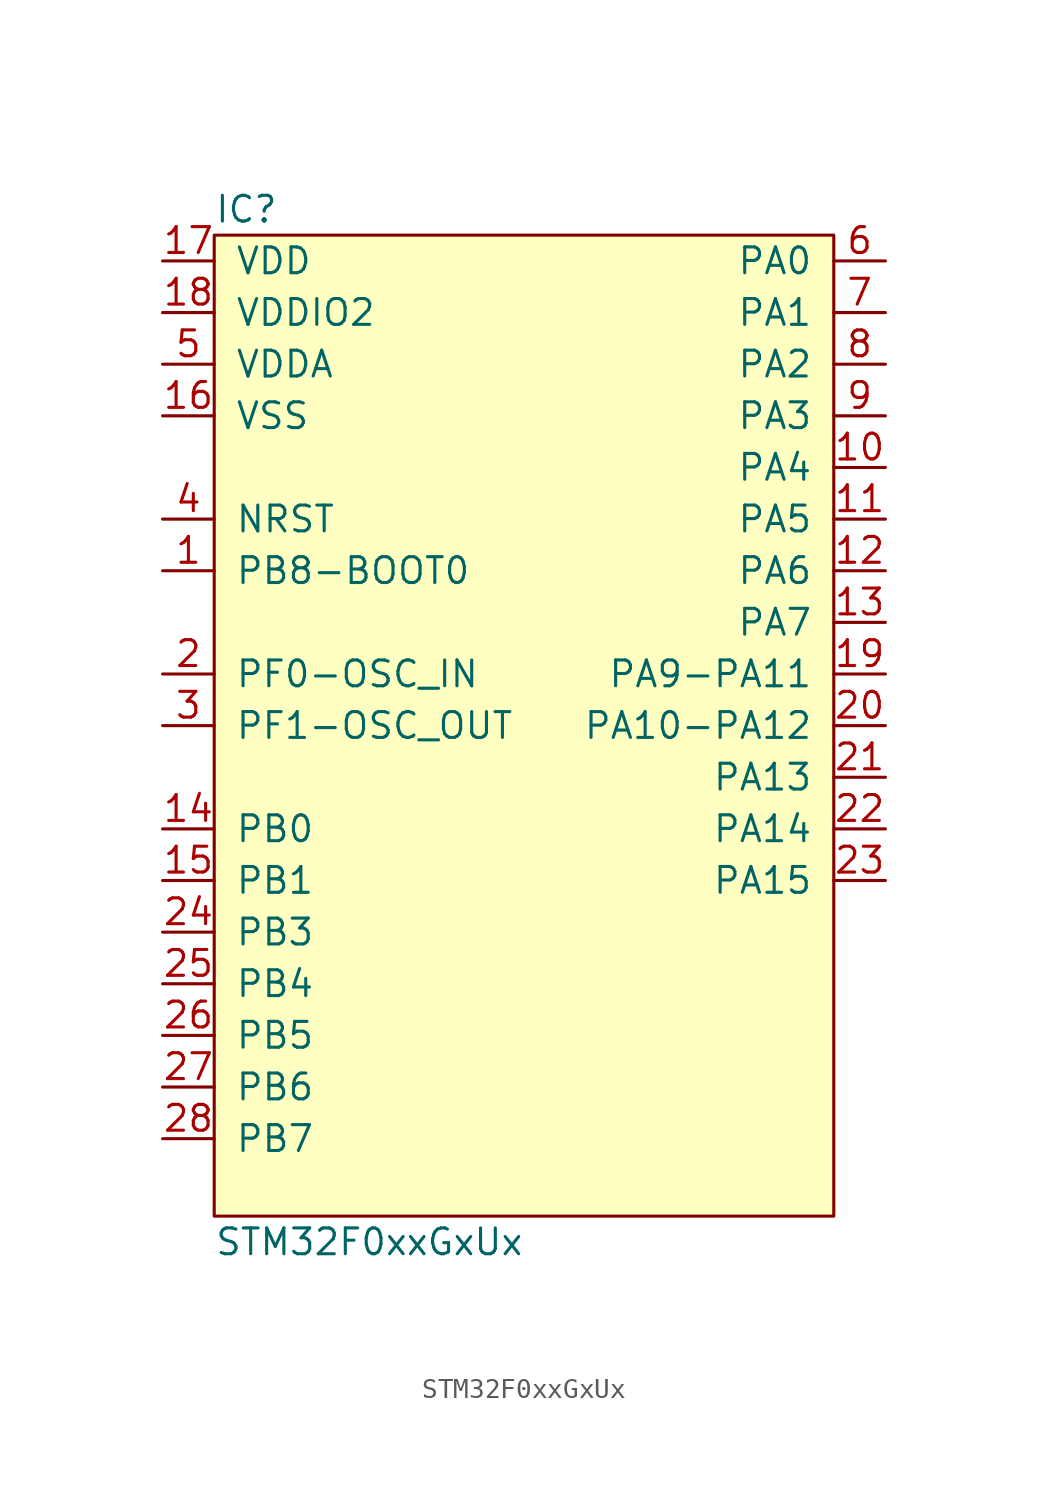
<source format=kicad_sym>
(kicad_symbol_lib
  (version 20211014)
  (generator agg_kicad.build_lib_ic)
  (symbol "STM32F0xxGxUx"
    (pin_names
      (offset 1.016))
    (property Reference IC
      (at -15.24 25.4 0)
      (effects (font (size 1.27 1.27)) (justify left)))
    (property Value "STM32F0xxGxUx"
      (at -15.24 -25.4 0)
      (effects (font (size 1.27 1.27)) (justify left)))
    (symbol "STM32F0xxGxUx_0_0"
      (rectangle (start -15.24 24.13) (end 15.24 -24.13) (stroke (width 0) (type default) (color 0 0 0 0)) (fill (type background)))
      (pin power_in line (at -17.78 22.86 0) (length 2.54) (name VDD (effects (font (size 1.27 1.27)))) (number "17" (effects (font (size 1.27 1.27)))))
      (pin power_in line (at -17.78 20.32 0) (length 2.54) (name "VDDIO2" (effects (font (size 1.27 1.27)))) (number "18" (effects (font (size 1.27 1.27)))))
      (pin power_in line (at -17.78 17.78 0) (length 2.54) (name VDDA (effects (font (size 1.27 1.27)))) (number "5" (effects (font (size 1.27 1.27)))))
      (pin power_in line (at -17.78 15.24 0) (length 2.54) (name VSS (effects (font (size 1.27 1.27)))) (number "16" (effects (font (size 1.27 1.27)))))
      (pin input line (at -17.78 10.16 0) (length 2.54) (name NRST (effects (font (size 1.27 1.27)))) (number "4" (effects (font (size 1.27 1.27)))))
      (pin input line (at -17.78 7.62 0) (length 2.54) (name "PB8-BOOT0" (effects (font (size 1.27 1.27)))) (number "1" (effects (font (size 1.27 1.27)))))
      (pin bidirectional line (at -17.78 2.54 0) (length 2.54) (name "PF0-OSC_IN" (effects (font (size 1.27 1.27)))) (number "2" (effects (font (size 1.27 1.27)))))
      (pin bidirectional line (at -17.78 0 0) (length 2.54) (name "PF1-OSC_OUT" (effects (font (size 1.27 1.27)))) (number "3" (effects (font (size 1.27 1.27)))))
      (pin bidirectional line (at -17.78 -5.08 0) (length 2.54) (name "PB0" (effects (font (size 1.27 1.27)))) (number "14" (effects (font (size 1.27 1.27)))))
      (pin bidirectional line (at -17.78 -7.62 0) (length 2.54) (name "PB1" (effects (font (size 1.27 1.27)))) (number "15" (effects (font (size 1.27 1.27)))))
      (pin bidirectional line (at -17.78 -10.16 0) (length 2.54) (name "PB3" (effects (font (size 1.27 1.27)))) (number "24" (effects (font (size 1.27 1.27)))))
      (pin bidirectional line (at -17.78 -12.7 0) (length 2.54) (name "PB4" (effects (font (size 1.27 1.27)))) (number "25" (effects (font (size 1.27 1.27)))))
      (pin bidirectional line (at -17.78 -15.24 0) (length 2.54) (name "PB5" (effects (font (size 1.27 1.27)))) (number "26" (effects (font (size 1.27 1.27)))))
      (pin bidirectional line (at -17.78 -17.78 0) (length 2.54) (name "PB6" (effects (font (size 1.27 1.27)))) (number "27" (effects (font (size 1.27 1.27)))))
      (pin bidirectional line (at -17.78 -20.32 0) (length 2.54) (name "PB7" (effects (font (size 1.27 1.27)))) (number "28" (effects (font (size 1.27 1.27)))))
      (pin bidirectional line (at 17.78 22.86 180) (length 2.54) (name "PA0" (effects (font (size 1.27 1.27)))) (number "6" (effects (font (size 1.27 1.27)))))
      (pin bidirectional line (at 17.78 20.32 180) (length 2.54) (name "PA1" (effects (font (size 1.27 1.27)))) (number "7" (effects (font (size 1.27 1.27)))))
      (pin bidirectional line (at 17.78 17.78 180) (length 2.54) (name "PA2" (effects (font (size 1.27 1.27)))) (number "8" (effects (font (size 1.27 1.27)))))
      (pin bidirectional line (at 17.78 15.24 180) (length 2.54) (name "PA3" (effects (font (size 1.27 1.27)))) (number "9" (effects (font (size 1.27 1.27)))))
      (pin bidirectional line (at 17.78 12.7 180) (length 2.54) (name "PA4" (effects (font (size 1.27 1.27)))) (number "10" (effects (font (size 1.27 1.27)))))
      (pin bidirectional line (at 17.78 10.16 180) (length 2.54) (name "PA5" (effects (font (size 1.27 1.27)))) (number "11" (effects (font (size 1.27 1.27)))))
      (pin bidirectional line (at 17.78 7.62 180) (length 2.54) (name "PA6" (effects (font (size 1.27 1.27)))) (number "12" (effects (font (size 1.27 1.27)))))
      (pin bidirectional line (at 17.78 5.08 180) (length 2.54) (name "PA7" (effects (font (size 1.27 1.27)))) (number "13" (effects (font (size 1.27 1.27)))))
      (pin bidirectional line (at 17.78 2.54 180) (length 2.54) (name "PA9-PA11" (effects (font (size 1.27 1.27)))) (number "19" (effects (font (size 1.27 1.27)))))
      (pin bidirectional line (at 17.78 0 180) (length 2.54) (name "PA10-PA12" (effects (font (size 1.27 1.27)))) (number "20" (effects (font (size 1.27 1.27)))))
      (pin bidirectional line (at 17.78 -2.54 180) (length 2.54) (name "PA13" (effects (font (size 1.27 1.27)))) (number "21" (effects (font (size 1.27 1.27)))))
      (pin bidirectional line (at 17.78 -5.08 180) (length 2.54) (name "PA14" (effects (font (size 1.27 1.27)))) (number "22" (effects (font (size 1.27 1.27)))))
      (pin bidirectional line (at 17.78 -7.62 180) (length 2.54) (name "PA15" (effects (font (size 1.27 1.27)))) (number "23" (effects (font (size 1.27 1.27))))))))
</source>
